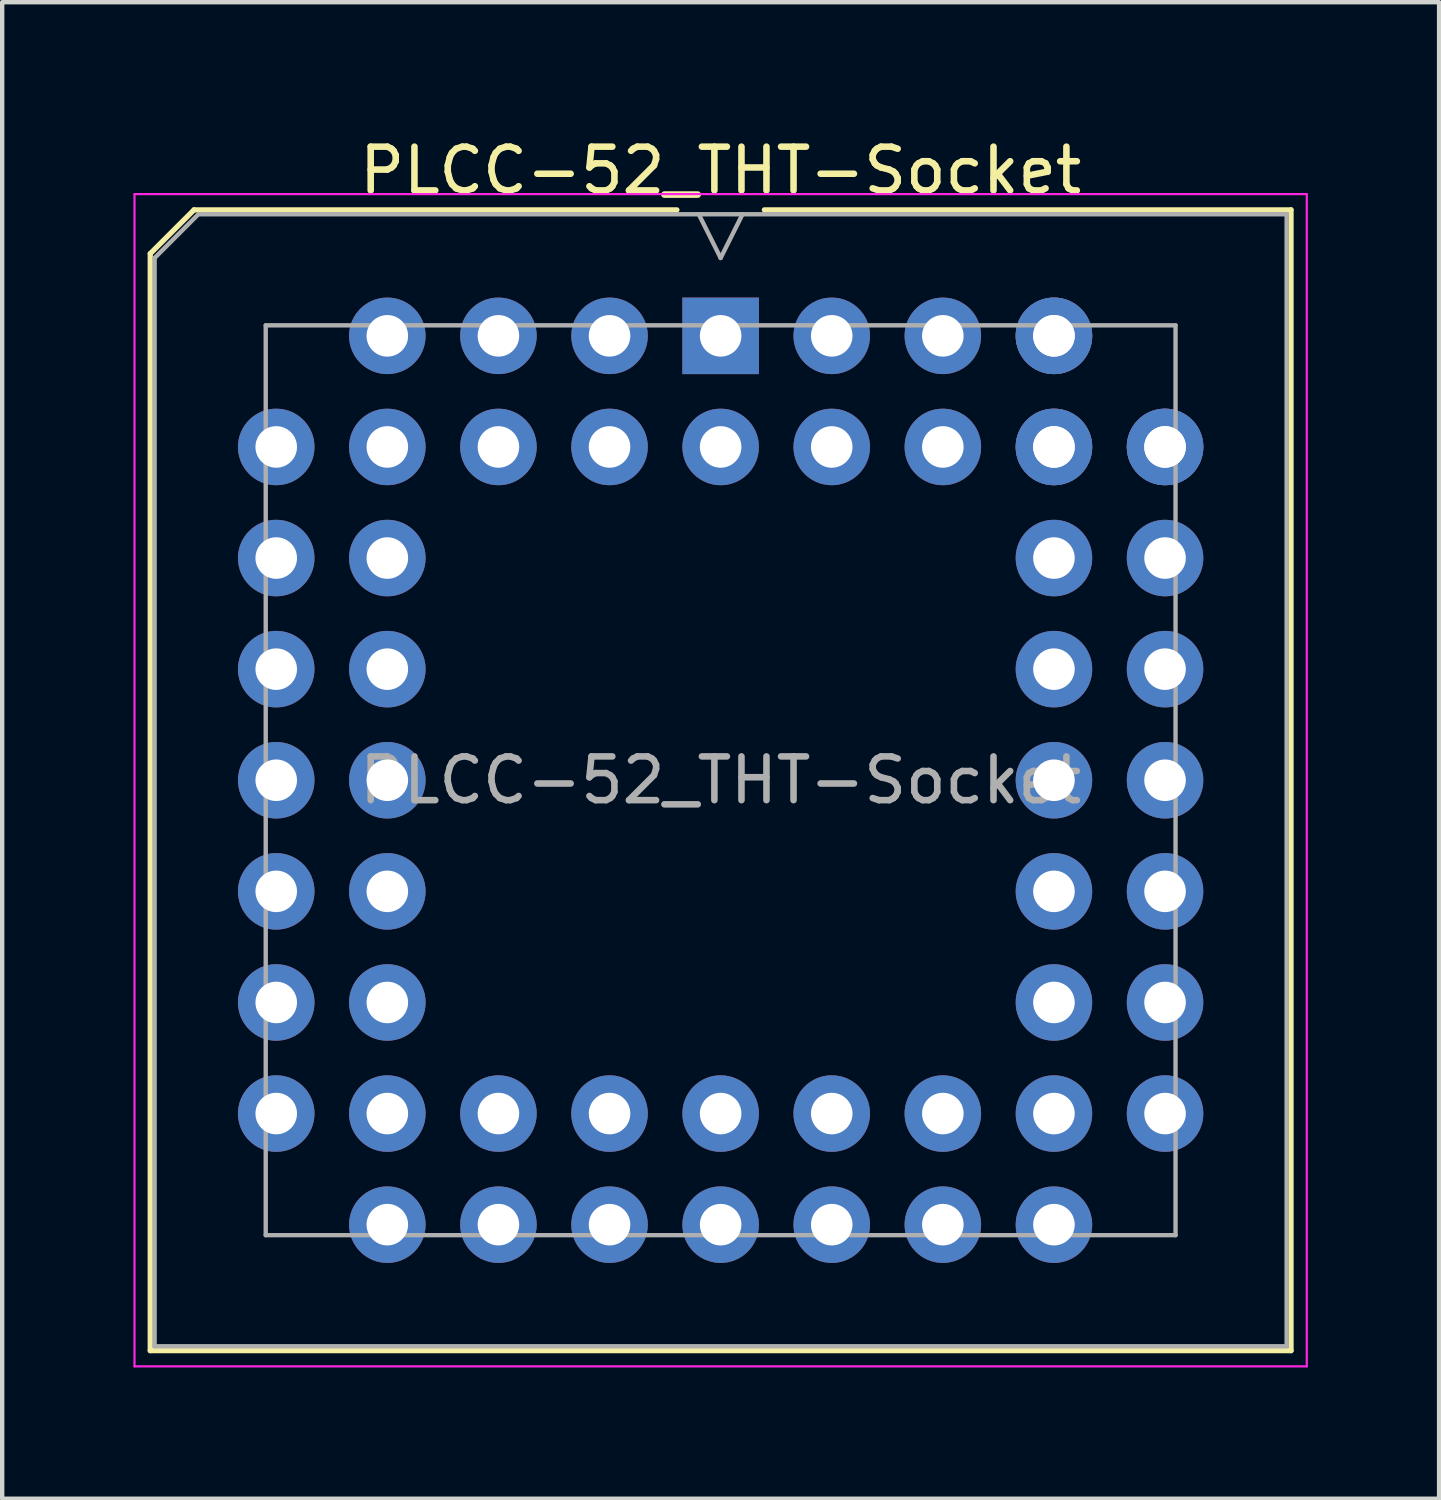
<source format=kicad_pcb>
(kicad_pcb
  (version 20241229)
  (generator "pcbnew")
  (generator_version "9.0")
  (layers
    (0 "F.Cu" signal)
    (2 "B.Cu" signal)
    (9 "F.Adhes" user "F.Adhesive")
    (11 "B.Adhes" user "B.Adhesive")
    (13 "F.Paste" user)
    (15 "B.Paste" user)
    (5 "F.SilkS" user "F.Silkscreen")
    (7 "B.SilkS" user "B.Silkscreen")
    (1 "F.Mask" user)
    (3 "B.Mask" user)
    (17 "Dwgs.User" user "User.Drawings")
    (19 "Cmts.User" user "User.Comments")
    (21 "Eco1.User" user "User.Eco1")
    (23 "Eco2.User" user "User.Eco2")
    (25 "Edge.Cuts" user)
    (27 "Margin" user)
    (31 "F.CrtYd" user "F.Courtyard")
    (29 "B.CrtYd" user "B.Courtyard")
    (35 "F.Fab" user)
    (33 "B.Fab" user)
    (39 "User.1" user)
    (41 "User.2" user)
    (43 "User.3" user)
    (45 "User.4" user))
  (footprint "PLCC-52_THT-Socket"
    (layer "F.Cu")
    (at 13.425 4.628)
    (property "Reference" "PLCC-52_THT-Socket" (at 0 -3.78 0) (layer "F.SilkS") (effects (font (size 1 1) (thickness 0.15))))
    (attr through_hole)
    (fp_line (start -13.04 -1.88) (end -13.04 23.2) (stroke (width 0.12) (type solid)) (layer "F.SilkS"))
    (fp_line (start -13.04 23.2) (end 13.04 23.2) (stroke (width 0.12) (type solid)) (layer "F.SilkS"))
    (fp_line (start -12.04 -2.88) (end -13.04 -1.88) (stroke (width 0.12) (type solid)) (layer "F.SilkS"))
    (fp_line (start -1 -2.88) (end -12.04 -2.88) (stroke (width 0.12) (type solid)) (layer "F.SilkS"))
    (fp_line (start 13.04 -2.88) (end 1 -2.88) (stroke (width 0.12) (type solid)) (layer "F.SilkS"))
    (fp_line (start 13.04 23.2) (end 13.04 -2.88) (stroke (width 0.12) (type solid)) (layer "F.SilkS"))
    (fp_line (start -13.4 -3.24) (end -13.4 23.56) (stroke (width 0.05) (type solid)) (layer "F.CrtYd"))
    (fp_line (start -13.4 23.56) (end 13.4 23.56) (stroke (width 0.05) (type solid)) (layer "F.CrtYd"))
    (fp_line (start 13.4 -3.24) (end -13.4 -3.24) (stroke (width 0.05) (type solid)) (layer "F.CrtYd"))
    (fp_line (start 13.4 23.56) (end 13.4 -3.24) (stroke (width 0.05) (type solid)) (layer "F.CrtYd"))
    (fp_line (start -12.94 -1.78) (end -12.94 23.1) (stroke (width 0.1) (type solid)) (layer "F.Fab"))
    (fp_line (start -12.94 23.1) (end 12.94 23.1) (stroke (width 0.1) (type solid)) (layer "F.Fab"))
    (fp_line (start -11.94 -2.78) (end -12.94 -1.78) (stroke (width 0.1) (type solid)) (layer "F.Fab"))
    (fp_line (start -10.4 -0.24) (end -10.4 20.56) (stroke (width 0.1) (type solid)) (layer "F.Fab"))
    (fp_line (start -10.4 20.56) (end 10.4 20.56) (stroke (width 0.1) (type solid)) (layer "F.Fab"))
    (fp_line (start -0.5 -2.78) (end 0 -1.78) (stroke (width 0.1) (type solid)) (layer "F.Fab"))
    (fp_line (start 0 -1.78) (end 0.5 -2.78) (stroke (width 0.1) (type solid)) (layer "F.Fab"))
    (fp_line (start 10.4 -0.24) (end -10.4 -0.24) (stroke (width 0.1) (type solid)) (layer "F.Fab"))
    (fp_line (start 10.4 20.56) (end 10.4 -0.24) (stroke (width 0.1) (type solid)) (layer "F.Fab"))
    (fp_line (start 12.94 -2.78) (end -11.94 -2.78) (stroke (width 0.1) (type solid)) (layer "F.Fab"))
    (fp_line (start 12.94 23.1) (end 12.94 -2.78) (stroke (width 0.1) (type solid)) (layer "F.Fab"))
    (fp_text user "${REFERENCE}" (at 0 10.16 0) (layer "F.Fab") (effects (font (size 1 1) (thickness 0.15))))
    (pad "1" thru_hole rect (at 0 0) (size 1.75 1.75) (drill 0.95) (layers "*.Cu" "*.Mask"))
    (pad "2" thru_hole circle (at 0 2.54) (size 1.75 1.75) (drill 0.95) (layers "*.Cu" "*.Mask"))
    (pad "3" thru_hole circle (at -2.54 0) (size 1.75 1.75) (drill 0.95) (layers "*.Cu" "*.Mask"))
    (pad "4" thru_hole circle (at -2.54 2.54) (size 1.75 1.75) (drill 0.95) (layers "*.Cu" "*.Mask"))
    (pad "5" thru_hole circle (at -5.08 0) (size 1.75 1.75) (drill 0.95) (layers "*.Cu" "*.Mask"))
    (pad "6" thru_hole circle (at -5.08 2.54) (size 1.75 1.75) (drill 0.95) (layers "*.Cu" "*.Mask"))
    (pad "7" thru_hole circle (at -7.62 0) (size 1.75 1.75) (drill 0.95) (layers "*.Cu" "*.Mask"))
    (pad "8" thru_hole circle (at -10.16 2.54) (size 1.75 1.75) (drill 0.95) (layers "*.Cu" "*.Mask"))
    (pad "9" thru_hole circle (at -7.62 2.54) (size 1.75 1.75) (drill 0.95) (layers "*.Cu" "*.Mask"))
    (pad "10" thru_hole circle (at -10.16 5.08) (size 1.75 1.75) (drill 0.95) (layers "*.Cu" "*.Mask"))
    (pad "11" thru_hole circle (at -7.62 5.08) (size 1.75 1.75) (drill 0.95) (layers "*.Cu" "*.Mask"))
    (pad "12" thru_hole circle (at -10.16 7.62) (size 1.75 1.75) (drill 0.95) (layers "*.Cu" "*.Mask"))
    (pad "13" thru_hole circle (at -7.62 7.62) (size 1.75 1.75) (drill 0.95) (layers "*.Cu" "*.Mask"))
    (pad "14" thru_hole circle (at -10.16 10.16) (size 1.75 1.75) (drill 0.95) (layers "*.Cu" "*.Mask"))
    (pad "15" thru_hole circle (at -7.62 10.16) (size 1.75 1.75) (drill 0.95) (layers "*.Cu" "*.Mask"))
    (pad "16" thru_hole circle (at -10.16 12.7) (size 1.75 1.75) (drill 0.95) (layers "*.Cu" "*.Mask"))
    (pad "17" thru_hole circle (at -7.62 12.7) (size 1.75 1.75) (drill 0.95) (layers "*.Cu" "*.Mask"))
    (pad "18" thru_hole circle (at -10.16 15.24) (size 1.75 1.75) (drill 0.95) (layers "*.Cu" "*.Mask"))
    (pad "19" thru_hole circle (at -7.62 15.24) (size 1.75 1.75) (drill 0.95) (layers "*.Cu" "*.Mask"))
    (pad "20" thru_hole circle (at -10.16 17.78) (size 1.75 1.75) (drill 0.95) (layers "*.Cu" "*.Mask"))
    (pad "21" thru_hole circle (at -7.62 20.32) (size 1.75 1.75) (drill 0.95) (layers "*.Cu" "*.Mask"))
    (pad "22" thru_hole circle (at -7.62 17.78) (size 1.75 1.75) (drill 0.95) (layers "*.Cu" "*.Mask"))
    (pad "23" thru_hole circle (at -5.08 20.32) (size 1.75 1.75) (drill 0.95) (layers "*.Cu" "*.Mask"))
    (pad "24" thru_hole circle (at -5.08 17.78) (size 1.75 1.75) (drill 0.95) (layers "*.Cu" "*.Mask"))
    (pad "25" thru_hole circle (at -2.54 20.32) (size 1.75 1.75) (drill 0.95) (layers "*.Cu" "*.Mask"))
    (pad "26" thru_hole circle (at -2.54 17.78) (size 1.75 1.75) (drill 0.95) (layers "*.Cu" "*.Mask"))
    (pad "27" thru_hole circle (at 0 20.32) (size 1.75 1.75) (drill 0.95) (layers "*.Cu" "*.Mask"))
    (pad "28" thru_hole circle (at 0 17.78) (size 1.75 1.75) (drill 0.95) (layers "*.Cu" "*.Mask"))
    (pad "29" thru_hole circle (at 2.54 20.32) (size 1.75 1.75) (drill 0.95) (layers "*.Cu" "*.Mask"))
    (pad "30" thru_hole circle (at 2.54 17.78) (size 1.75 1.75) (drill 0.95) (layers "*.Cu" "*.Mask"))
    (pad "31" thru_hole circle (at 5.08 20.32) (size 1.75 1.75) (drill 0.95) (layers "*.Cu" "*.Mask"))
    (pad "32" thru_hole circle (at 5.08 17.78) (size 1.75 1.75) (drill 0.95) (layers "*.Cu" "*.Mask"))
    (pad "33" thru_hole circle (at 7.62 20.32) (size 1.75 1.75) (drill 0.95) (layers "*.Cu" "*.Mask"))
    (pad "34" thru_hole circle (at 7.62 17.78) (size 1.75 1.75) (drill 0.95) (layers "*.Cu" "*.Mask"))
    (pad "34" thru_hole circle (at 10.16 17.78) (size 1.75 1.75) (drill 0.95) (layers "*.Cu" "*.Mask"))
    (pad "35" thru_hole circle (at 7.62 15.24) (size 1.75 1.75) (drill 0.95) (layers "*.Cu" "*.Mask"))
    (pad "36" thru_hole circle (at 10.16 15.24) (size 1.75 1.75) (drill 0.95) (layers "*.Cu" "*.Mask"))
    (pad "37" thru_hole circle (at 7.62 12.7) (size 1.75 1.75) (drill 0.95) (layers "*.Cu" "*.Mask"))
    (pad "38" thru_hole circle (at 10.16 12.7) (size 1.75 1.75) (drill 0.95) (layers "*.Cu" "*.Mask"))
    (pad "39" thru_hole circle (at 7.62 10.16) (size 1.75 1.75) (drill 0.95) (layers "*.Cu" "*.Mask"))
    (pad "40" thru_hole circle (at 10.16 10.16) (size 1.75 1.75) (drill 0.95) (layers "*.Cu" "*.Mask"))
    (pad "41" thru_hole circle (at 7.62 7.62) (size 1.75 1.75) (drill 0.95) (layers "*.Cu" "*.Mask"))
    (pad "42" thru_hole circle (at 10.16 7.62) (size 1.75 1.75) (drill 0.95) (layers "*.Cu" "*.Mask"))
    (pad "43" thru_hole circle (at 7.62 5.08) (size 1.75 1.75) (drill 0.95) (layers "*.Cu" "*.Mask"))
    (pad "44" thru_hole circle (at 10.16 5.08) (size 1.75 1.75) (drill 0.95) (layers "*.Cu" "*.Mask"))
    (pad "45" thru_hole circle (at 7.62 2.54) (size 1.75 1.75) (drill 0.95) (layers "*.Cu" "*.Mask"))
    (pad "46" thru_hole circle (at 10.16 2.54) (size 1.75 1.75) (drill 0.95) (layers "*.Cu" "*.Mask"))
    (pad "46" thru_hole circle (at 10.16 2.54) (size 1.75 1.75) (drill 0.95) (layers "*.Cu" "*.Mask"))
    (pad "47" thru_hole circle (at 7.62 0) (size 1.75 1.75) (drill 0.95) (layers "*.Cu" "*.Mask"))
    (pad "47" thru_hole circle (at 7.62 0) (size 1.75 1.75) (drill 0.95) (layers "*.Cu" "*.Mask"))
    (pad "48" thru_hole circle (at 7.62 2.54) (size 1.75 1.75) (drill 0.95) (layers "*.Cu" "*.Mask"))
    (pad "49" thru_hole circle (at 5.08 0) (size 1.75 1.75) (drill 0.95) (layers "*.Cu" "*.Mask"))
    (pad "50" thru_hole circle (at 5.08 2.54) (size 1.75 1.75) (drill 0.95) (layers "*.Cu" "*.Mask"))
    (pad "51" thru_hole circle (at 2.54 0) (size 1.75 1.75) (drill 0.95) (layers "*.Cu" "*.Mask"))
    (pad "52" thru_hole circle (at 2.54 2.54) (size 1.75 1.75) (drill 0.95) (layers "*.Cu" "*.Mask")))
  (gr_rect
    (start -3 -3)
    (end 29.85 31.213)
    (stroke (width 0.1) (type default))
    (fill no)
    (layer "Edge.Cuts")))
</source>
